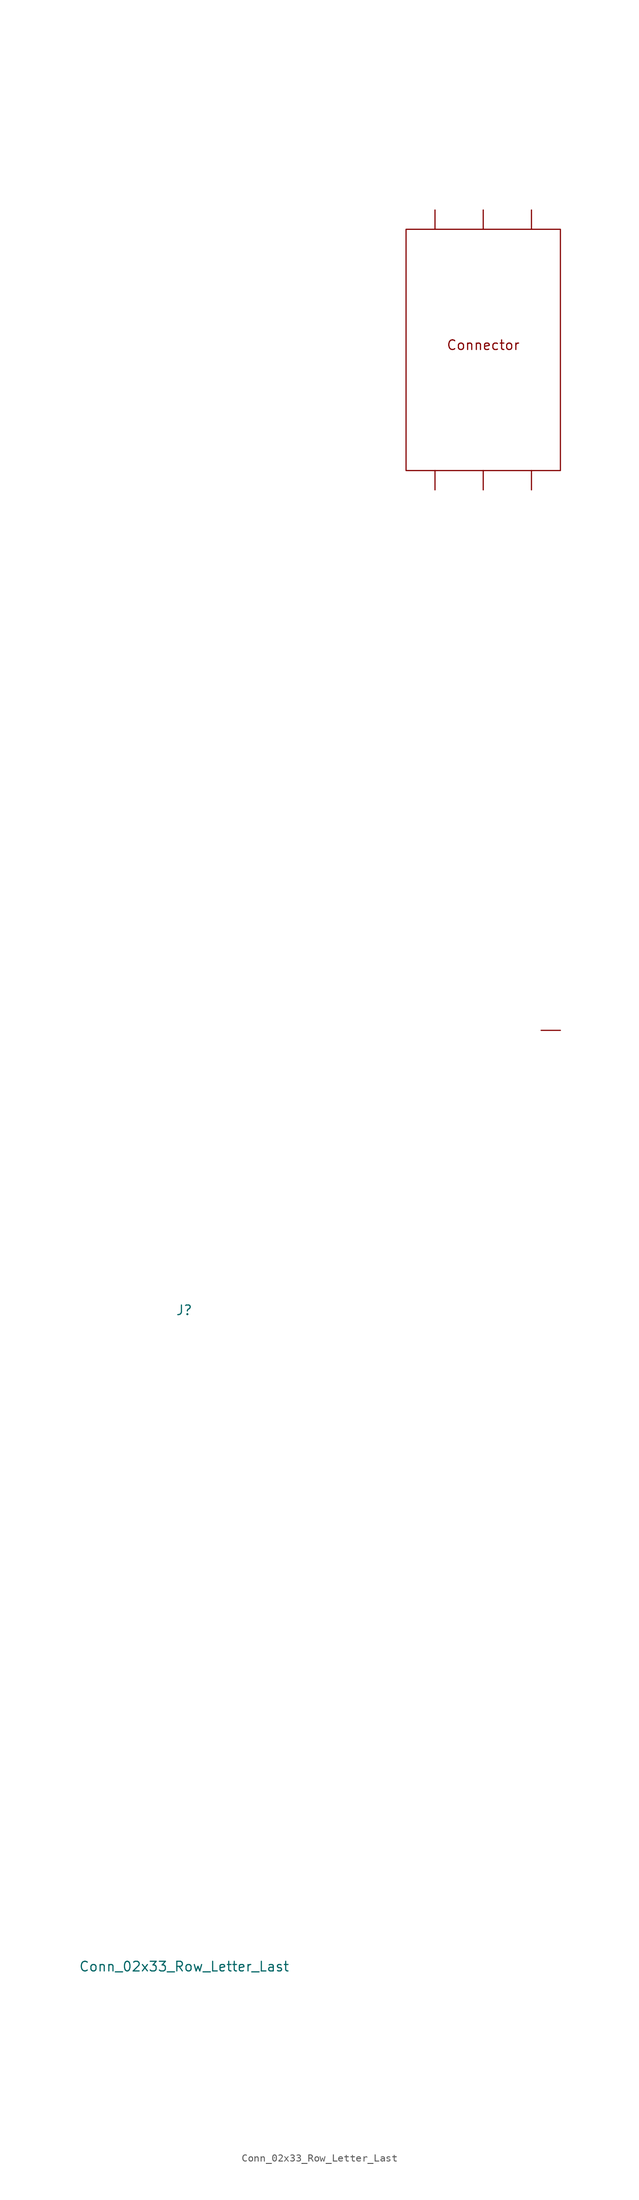
<source format=kicad_sym>
(kicad_symbol_lib
  (version 20211014)
  (generator kicad_symbol_editor)
  (symbol "Conn_02x33_Row_Letter_Last"
    (pin_names
      (offset 1.016) hide)
    (property "Reference" "J"
      (at 1.27 43.18 0)
      (effects (font (size 1.27 1.27))))
    (property "Value" "Conn_02x33_Row_Letter_Last"
      (at 1.27 -43.18 0)
      (effects (font (size 1.27 1.27))))
    (symbol "Conn_02x33_Row_Letter_Last_0_0"
      (text "Connector" (at 40.64 170.18 0) (effects (font (size 1.27 1.27)))))
    (symbol "Conn_02x33_Row_Letter_Last_0_1"
      (rectangle (start 30.48 185.42) (end 50.8 153.67) (stroke (width 0) (type default) (color 0 0 0 0)) (fill (type none))))
    (symbol "Conn_02x33_Row_Letter_Last_1_1"
      (pin input line (at 34.29 151.13 90) (length 2.54) (name "" (effects (font (size 1.27 1.27)))) (number "" (effects (font (size 1.27 1.27)))))
      (pin input line (at 40.64 151.13 90) (length 2.54) (name "" (effects (font (size 1.27 1.27)))) (number "" (effects (font (size 1.27 1.27)))))
      (pin input line (at 46.99 151.13 90) (length 2.54) (name "" (effects (font (size 1.27 1.27)))) (number "" (effects (font (size 1.27 1.27)))))
      (pin input line (at 48.26 80.01 0) (length 2.54) (name "" (effects (font (size 1.27 1.27)))) (number "" (effects (font (size 1.27 1.27)))))
      (pin output line (at 34.29 187.96 270) (length 2.54) (name "VCC" (effects (font (size 1.27 1.27)))) (number "" (effects (font (size 1.27 1.27)))))
      (pin output line (at 40.64 187.96 270) (length 2.54) (name "VCC" (effects (font (size 1.27 1.27)))) (number "" (effects (font (size 1.27 1.27)))))
      (pin output line (at 46.99 187.96 270) (length 2.54) (name "VCC" (effects (font (size 1.27 1.27)))) (number "" (effects (font (size 1.27 1.27))))))))
</source>
